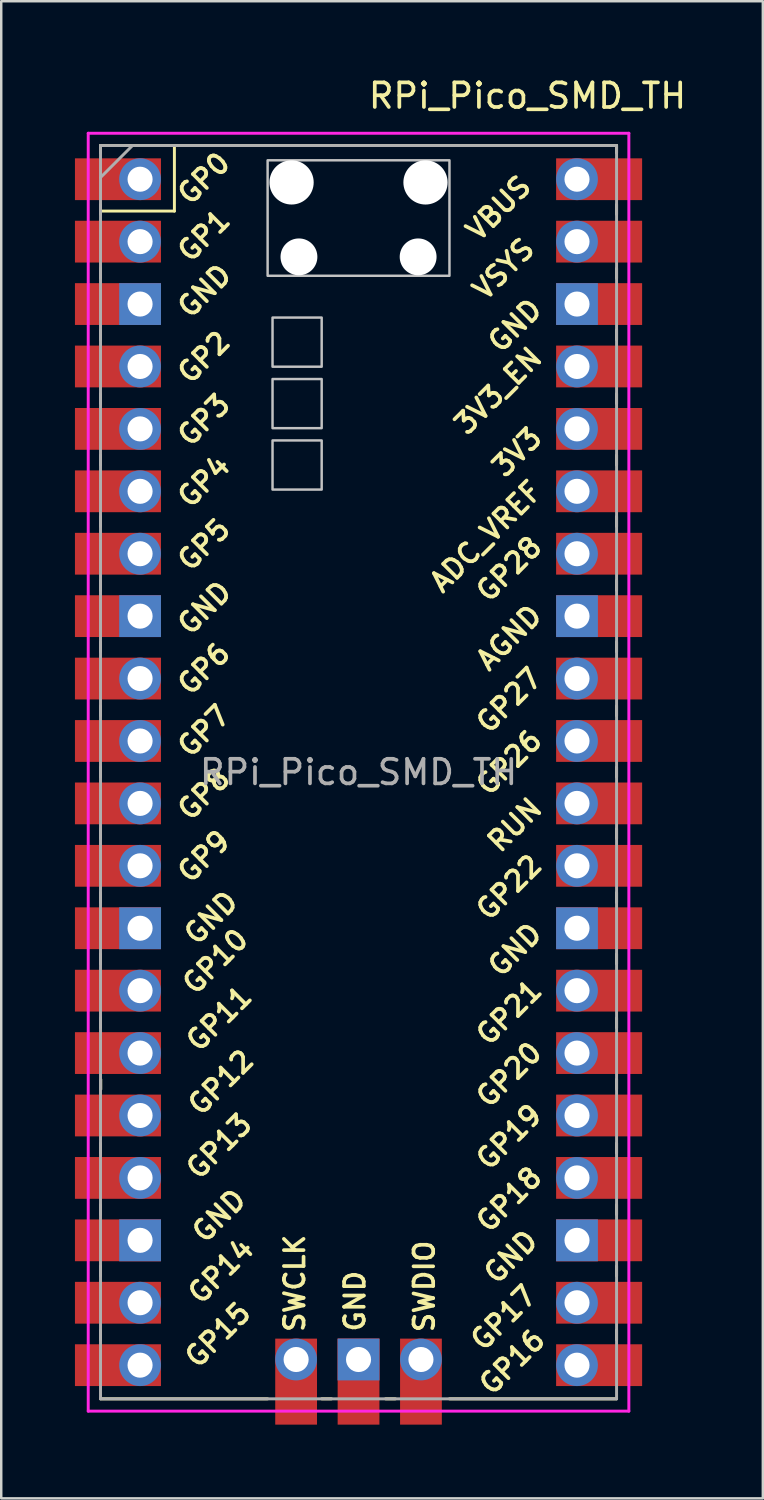
<source format=kicad_pcb>
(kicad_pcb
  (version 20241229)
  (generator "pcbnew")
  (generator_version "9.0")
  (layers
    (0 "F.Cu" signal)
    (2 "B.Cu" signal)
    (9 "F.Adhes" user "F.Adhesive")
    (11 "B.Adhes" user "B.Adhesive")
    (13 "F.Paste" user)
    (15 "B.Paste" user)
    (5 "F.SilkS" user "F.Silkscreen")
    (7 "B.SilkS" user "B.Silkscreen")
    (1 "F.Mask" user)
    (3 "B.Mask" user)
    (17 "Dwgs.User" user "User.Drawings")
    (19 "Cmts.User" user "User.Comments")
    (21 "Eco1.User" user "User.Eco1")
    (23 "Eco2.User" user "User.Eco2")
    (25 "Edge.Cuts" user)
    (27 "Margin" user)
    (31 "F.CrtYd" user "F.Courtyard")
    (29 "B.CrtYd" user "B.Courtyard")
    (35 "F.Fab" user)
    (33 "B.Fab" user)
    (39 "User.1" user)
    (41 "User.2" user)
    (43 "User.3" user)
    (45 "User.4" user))
  (footprint "RPi_Pico_SMD_TH"
    (layer "F.Cu")
    (at 11.565 28.423)
    (property "Reference" "RPi_Pico_SMD_TH" (at 6.85 -27.575 0) (layer "F.SilkS") (effects (font (size 1 1) (thickness 0.15))))
    (attr smd)
    (fp_line (start -10.525 -25.55) (end -10.525 -25.25) (stroke (width 0.12) (type solid)) (layer "F.SilkS"))
    (fp_line (start -10.525 -25.55) (end 10.475 -25.55) (stroke (width 0.12) (type solid)) (layer "F.SilkS"))
    (fp_line (start -10.525 -23.15) (end -10.525 -22.75) (stroke (width 0.12) (type solid)) (layer "F.SilkS"))
    (fp_line (start -10.525 -22.883) (end -7.518 -22.883) (stroke (width 0.12) (type solid)) (layer "F.SilkS"))
    (fp_line (start -10.525 -20.55) (end -10.525 -20.15) (stroke (width 0.12) (type solid)) (layer "F.SilkS"))
    (fp_line (start -10.525 -18.05) (end -10.525 -17.65) (stroke (width 0.12) (type solid)) (layer "F.SilkS"))
    (fp_line (start -10.525 -15.45) (end -10.525 -15.05) (stroke (width 0.12) (type solid)) (layer "F.SilkS"))
    (fp_line (start -10.525 -12.95) (end -10.525 -12.55) (stroke (width 0.12) (type solid)) (layer "F.SilkS"))
    (fp_line (start -10.525 -10.45) (end -10.525 -10.05) (stroke (width 0.12) (type solid)) (layer "F.SilkS"))
    (fp_line (start -10.525 -7.85) (end -10.525 -7.45) (stroke (width 0.12) (type solid)) (layer "F.SilkS"))
    (fp_line (start -10.525 -5.35) (end -10.525 -4.95) (stroke (width 0.12) (type solid)) (layer "F.SilkS"))
    (fp_line (start -10.525 -2.75) (end -10.525 -2.35) (stroke (width 0.12) (type solid)) (layer "F.SilkS"))
    (fp_line (start -10.525 -0.25) (end -10.525 0.15) (stroke (width 0.12) (type solid)) (layer "F.SilkS"))
    (fp_line (start -10.525 2.25) (end -10.525 2.65) (stroke (width 0.12) (type solid)) (layer "F.SilkS"))
    (fp_line (start -10.525 4.85) (end -10.525 5.25) (stroke (width 0.12) (type solid)) (layer "F.SilkS"))
    (fp_line (start -10.525 7.35) (end -10.525 7.75) (stroke (width 0.12) (type solid)) (layer "F.SilkS"))
    (fp_line (start -10.525 9.95) (end -10.525 10.35) (stroke (width 0.12) (type solid)) (layer "F.SilkS"))
    (fp_line (start -10.525 15.05) (end -10.525 15.45) (stroke (width 0.12) (type solid)) (layer "F.SilkS"))
    (fp_line (start -10.525 17.55) (end -10.525 17.95) (stroke (width 0.12) (type solid)) (layer "F.SilkS"))
    (fp_line (start -10.525 20.05) (end -10.525 20.45) (stroke (width 0.12) (type solid)) (layer "F.SilkS"))
    (fp_line (start -10.525 22.65) (end -10.525 23.05) (stroke (width 0.12) (type solid)) (layer "F.SilkS"))
    (fp_line (start -10.515 12.455) (end -10.515 12.855) (stroke (width 0.12) (type solid)) (layer "F.SilkS"))
    (fp_line (start -7.518 -22.883) (end -7.518 -25.55) (stroke (width 0.12) (type solid)) (layer "F.SilkS"))
    (fp_line (start -3.725 25.45) (end -10.525 25.45) (stroke (width 0.12) (type solid)) (layer "F.SilkS"))
    (fp_line (start -1.525 25.45) (end -1.125 25.45) (stroke (width 0.12) (type solid)) (layer "F.SilkS"))
    (fp_line (start 1.075 25.45) (end 1.475 25.45) (stroke (width 0.12) (type solid)) (layer "F.SilkS"))
    (fp_line (start 10.475 -25.55) (end 10.475 -25.25) (stroke (width 0.12) (type solid)) (layer "F.SilkS"))
    (fp_line (start 10.475 -23.15) (end 10.475 -22.75) (stroke (width 0.12) (type solid)) (layer "F.SilkS"))
    (fp_line (start 10.475 -20.55) (end 10.475 -20.15) (stroke (width 0.12) (type solid)) (layer "F.SilkS"))
    (fp_line (start 10.475 -18.05) (end 10.475 -17.65) (stroke (width 0.12) (type solid)) (layer "F.SilkS"))
    (fp_line (start 10.475 -15.45) (end 10.475 -15.05) (stroke (width 0.12) (type solid)) (layer "F.SilkS"))
    (fp_line (start 10.475 -12.95) (end 10.475 -12.55) (stroke (width 0.12) (type solid)) (layer "F.SilkS"))
    (fp_line (start 10.475 -10.45) (end 10.475 -10.05) (stroke (width 0.12) (type solid)) (layer "F.SilkS"))
    (fp_line (start 10.475 -7.85) (end 10.475 -7.45) (stroke (width 0.12) (type solid)) (layer "F.SilkS"))
    (fp_line (start 10.475 -5.35) (end 10.475 -4.95) (stroke (width 0.12) (type solid)) (layer "F.SilkS"))
    (fp_line (start 10.475 -2.75) (end 10.475 -2.35) (stroke (width 0.12) (type solid)) (layer "F.SilkS"))
    (fp_line (start 10.475 -0.25) (end 10.475 0.15) (stroke (width 0.12) (type solid)) (layer "F.SilkS"))
    (fp_line (start 10.475 2.25) (end 10.475 2.65) (stroke (width 0.12) (type solid)) (layer "F.SilkS"))
    (fp_line (start 10.475 4.85) (end 10.475 5.25) (stroke (width 0.12) (type solid)) (layer "F.SilkS"))
    (fp_line (start 10.475 7.35) (end 10.475 7.75) (stroke (width 0.12) (type solid)) (layer "F.SilkS"))
    (fp_line (start 10.475 9.95) (end 10.475 10.35) (stroke (width 0.12) (type solid)) (layer "F.SilkS"))
    (fp_line (start 10.475 12.45) (end 10.475 12.85) (stroke (width 0.12) (type solid)) (layer "F.SilkS"))
    (fp_line (start 10.475 15.05) (end 10.475 15.45) (stroke (width 0.12) (type solid)) (layer "F.SilkS"))
    (fp_line (start 10.475 17.55) (end 10.475 17.95) (stroke (width 0.12) (type solid)) (layer "F.SilkS"))
    (fp_line (start 10.475 20.05) (end 10.475 20.45) (stroke (width 0.12) (type solid)) (layer "F.SilkS"))
    (fp_line (start 10.475 22.65) (end 10.475 23.05) (stroke (width 0.12) (type solid)) (layer "F.SilkS"))
    (fp_line (start 10.475 25.45) (end 3.675 25.45) (stroke (width 0.12) (type solid)) (layer "F.SilkS"))
    (fp_poly (pts (xy -1.525 -16.55) (xy -3.525 -16.55) (xy -3.525 -18.55) (xy -1.525 -18.55)) (stroke (width 0.1) (type solid)) (fill no) (layer "Dwgs.User"))
    (fp_poly (pts (xy -1.525 -14.05) (xy -3.525 -14.05) (xy -3.525 -16.05) (xy -1.525 -16.05)) (stroke (width 0.1) (type solid)) (fill no) (layer "Dwgs.User"))
    (fp_poly (pts (xy -1.525 -11.55) (xy -3.525 -11.55) (xy -3.525 -13.55) (xy -1.525 -13.55)) (stroke (width 0.1) (type solid)) (fill no) (layer "Dwgs.User"))
    (fp_poly (pts (xy 3.675 -20.25) (xy -3.725 -20.25) (xy -3.725 -24.95) (xy 3.675 -24.95)) (stroke (width 0.1) (type solid)) (fill no) (layer "Dwgs.User"))
    (fp_line (start -11.025 -26.05) (end 10.975 -26.05) (stroke (width 0.12) (type solid)) (layer "F.CrtYd"))
    (fp_line (start -11.025 25.95) (end -11.025 -26.05) (stroke (width 0.12) (type solid)) (layer "F.CrtYd"))
    (fp_line (start 10.975 -26.05) (end 10.975 25.95) (stroke (width 0.12) (type solid)) (layer "F.CrtYd"))
    (fp_line (start 10.975 25.95) (end -11.025 25.95) (stroke (width 0.12) (type solid)) (layer "F.CrtYd"))
    (fp_line (start -10.525 -25.55) (end 10.475 -25.55) (stroke (width 0.12) (type solid)) (layer "F.Fab"))
    (fp_line (start -10.525 -24.25) (end -9.225 -25.55) (stroke (width 0.12) (type solid)) (layer "F.Fab"))
    (fp_line (start -10.525 25.45) (end -10.525 -25.55) (stroke (width 0.12) (type solid)) (layer "F.Fab"))
    (fp_line (start 10.475 -25.55) (end 10.475 25.45) (stroke (width 0.12) (type solid)) (layer "F.Fab"))
    (fp_line (start 10.475 25.45) (end -10.525 25.45) (stroke (width 0.12) (type solid)) (layer "F.Fab"))
    (fp_text user "GND" (at -5.7 18 45) (layer "F.SilkS") (effects (font (size 0.8 0.8) (thickness 0.15))))
    (fp_text user "RUN" (at 6.329 2.095 45) (layer "F.SilkS") (effects (font (size 0.8 0.8) (thickness 0.15))))
    (fp_text user "GP14" (at -5.625 20.25 45) (layer "F.SilkS") (effects (font (size 0.8 0.8) (thickness 0.15))))
    (fp_text user "VBUS" (at 5.675 -23 45) (layer "F.SilkS") (effects (font (size 0.8 0.8) (thickness 0.15))))
    (fp_text user "GP13" (at -5.7 15.175 45) (layer "F.SilkS") (effects (font (size 0.8 0.8) (thickness 0.15))))
    (fp_text user "GP7" (at -6.319 -1.73 45) (layer "F.SilkS") (effects (font (size 0.8 0.8) (thickness 0.15))))
    (fp_text user "GP3" (at -6.319 -14.385 45) (layer "F.SilkS") (effects (font (size 0.8 0.8) (thickness 0.15))))
    (fp_text user "GP11" (at -5.7 9.975 45) (layer "F.SilkS") (effects (font (size 0.8 0.8) (thickness 0.15))))
    (fp_text user "GND" (at 6.175 19.675 45) (layer "F.SilkS") (effects (font (size 0.8 0.8) (thickness 0.15))))
    (fp_text user "GP26" (at 6.1 -0.445 45) (layer "F.SilkS") (effects (font (size 0.8 0.8) (thickness 0.15))))
    (fp_text user "GP21" (at 6.1 9.725 45) (layer "F.SilkS") (effects (font (size 0.8 0.8) (thickness 0.15))))
    (fp_text user "GND" (at -6.292 -19.635 45) (layer "F.SilkS") (effects (font (size 0.8 0.8) (thickness 0.15))))
    (fp_text user "GP27" (at 6.1 -2.975 45) (layer "F.SilkS") (effects (font (size 0.8 0.8) (thickness 0.15))))
    (fp_text user "GP20" (at 6.1 12.255 45) (layer "F.SilkS") (effects (font (size 0.8 0.8) (thickness 0.15))))
    (fp_text user "GP4" (at -6.319 -11.885 45) (layer "F.SilkS") (effects (font (size 0.8 0.8) (thickness 0.15))))
    (fp_text user "GP22" (at 6.1 4.635 45) (layer "F.SilkS") (effects (font (size 0.8 0.8) (thickness 0.15))))
    (fp_text user "GP1" (at -6.319 -21.885 45) (layer "F.SilkS") (effects (font (size 0.8 0.8) (thickness 0.15))))
    (fp_text user "GND" (at 6.342 -18.225 45) (layer "F.SilkS") (effects (font (size 0.8 0.8) (thickness 0.15))))
    (fp_text user "AGND" (at 6.1 -5.525 45) (layer "F.SilkS") (effects (font (size 0.8 0.8) (thickness 0.15))))
    (fp_text user "GP15" (at -5.75 22.85 45) (layer "F.SilkS") (effects (font (size 0.8 0.8) (thickness 0.15))))
    (fp_text user "GP5" (at -6.319 -9.31 45) (layer "F.SilkS") (effects (font (size 0.8 0.8) (thickness 0.15))))
    (fp_text user "GP18" (at 6.1 17.335 45) (layer "F.SilkS") (effects (font (size 0.8 0.8) (thickness 0.15))))
    (fp_text user "GP9" (at -6.319 3.38 45) (layer "F.SilkS") (effects (font (size 0.8 0.8) (thickness 0.15))))
    (fp_text user "VSYS" (at 5.875 -20.525 45) (layer "F.SilkS") (effects (font (size 0.8 0.8) (thickness 0.15))))
    (fp_text user "GND" (at -0.175 21.475 90) (layer "F.SilkS") (effects (font (size 0.8 0.8) (thickness 0.15))))
    (fp_text user "3V3" (at 6.423 -13.075 45) (layer "F.SilkS") (effects (font (size 0.8 0.8) (thickness 0.15))))
    (fp_text user "GP0" (at -6.319 -24.215 45) (layer "F.SilkS") (effects (font (size 0.8 0.8) (thickness 0.15))))
    (fp_text user "3V3_EN" (at 5.656 -15.57 45) (layer "F.SilkS") (effects (font (size 0.8 0.8) (thickness 0.15))))
    (fp_text user "GP19" (at 6.1 14.795 45) (layer "F.SilkS") (effects (font (size 0.8 0.8) (thickness 0.15))))
    (fp_text user "GP10" (at -5.85 7.65 45) (layer "F.SilkS") (effects (font (size 0.8 0.8) (thickness 0.15))))
    (fp_text user "GP17" (at 5.875 22.15 45) (layer "F.SilkS") (effects (font (size 0.8 0.8) (thickness 0.15))))
    (fp_text user "GP8" (at -6.319 0.84 45) (layer "F.SilkS") (effects (font (size 0.8 0.8) (thickness 0.15))))
    (fp_text user "GND" (at -6.292 -6.735 45) (layer "F.SilkS") (effects (font (size 0.8 0.8) (thickness 0.15))))
    (fp_text user "GP6" (at -6.319 -4.26 45) (layer "F.SilkS") (effects (font (size 0.8 0.8) (thickness 0.15))))
    (fp_text user "GP12" (at -5.625 12.575 45) (layer "F.SilkS") (effects (font (size 0.8 0.8) (thickness 0.15))))
    (fp_text user "GND" (at -6.025 5.875 45) (layer "F.SilkS") (effects (font (size 0.8 0.8) (thickness 0.15))))
    (fp_text user "SWDIO" (at 2.65 20.875 90) (layer "F.SilkS") (effects (font (size 0.8 0.8) (thickness 0.15))))
    (fp_text user "SWCLK" (at -2.625 20.75 90) (layer "F.SilkS") (effects (font (size 0.8 0.8) (thickness 0.15))))
    (fp_text user "GP28" (at 6.1 -8.319 45) (layer "F.SilkS") (effects (font (size 0.8 0.8) (thickness 0.15))))
    (fp_text user "GP16" (at 6.225 23.95 45) (layer "F.SilkS") (effects (font (size 0.8 0.8) (thickness 0.15))))
    (fp_text user "GP2" (at -6.319 -16.935 45) (layer "F.SilkS") (effects (font (size 0.8 0.8) (thickness 0.15))))
    (fp_text user "ADC_VREF" (at 5.157 -9.645 45) (layer "F.SilkS") (effects (font (size 0.8 0.8) (thickness 0.15))))
    (fp_text user "GND" (at 6.342 7.175 45) (layer "F.SilkS") (effects (font (size 0.8 0.8) (thickness 0.15))))
    (fp_text user "${REFERENCE}" (at -0.025 -0.05 180) (layer "F.Fab") (effects (font (size 1 1) (thickness 0.15))))
    (pad "" np_thru_hole oval (at -2.75 -24.05) (size 1.8 1.8) (drill 1.8) (layers "*.Cu" "*.Mask"))
    (pad "" np_thru_hole oval (at -2.45 -21.02) (size 1.5 1.5) (drill 1.5) (layers "*.Cu" "*.Mask"))
    (pad "" np_thru_hole oval (at 2.4 -21.02) (size 1.5 1.5) (drill 1.5) (layers "*.Cu" "*.Mask"))
    (pad "" np_thru_hole oval (at 2.7 -24.05) (size 1.8 1.8) (drill 1.8) (layers "*.Cu" "*.Mask"))
    (pad "1" thru_hole oval (at -8.915 -24.18) (size 1.7 1.7) (drill 1.02) (layers "*.Cu" "*.Mask"))
    (pad "1" smd rect (at -8.915 -24.18) (size 3.5 1.7) (drill (offset -0.9 0)) (layers "F.Cu" "F.Mask"))
    (pad "2" thru_hole oval (at -8.915 -21.64) (size 1.7 1.7) (drill 1.02) (layers "*.Cu" "*.Mask"))
    (pad "2" smd rect (at -8.915 -21.64) (size 3.5 1.7) (drill (offset -0.9 0)) (layers "F.Cu" "F.Mask"))
    (pad "3" thru_hole rect (at -8.915 -19.1) (size 1.7 1.7) (drill 1.02) (layers "*.Cu" "*.Mask"))
    (pad "3" smd rect (at -8.915 -19.1) (size 3.5 1.7) (drill (offset -0.9 0)) (layers "F.Cu" "F.Mask"))
    (pad "4" thru_hole oval (at -8.915 -16.56) (size 1.7 1.7) (drill 1.02) (layers "*.Cu" "*.Mask"))
    (pad "4" smd rect (at -8.915 -16.56) (size 3.5 1.7) (drill (offset -0.9 0)) (layers "F.Cu" "F.Mask"))
    (pad "5" thru_hole oval (at -8.915 -14.02) (size 1.7 1.7) (drill 1.02) (layers "*.Cu" "*.Mask"))
    (pad "5" smd rect (at -8.915 -14.02) (size 3.5 1.7) (drill (offset -0.9 0)) (layers "F.Cu" "F.Mask"))
    (pad "6" thru_hole oval (at -8.915 -11.48) (size 1.7 1.7) (drill 1.02) (layers "*.Cu" "*.Mask"))
    (pad "6" smd rect (at -8.915 -11.48) (size 3.5 1.7) (drill (offset -0.9 0)) (layers "F.Cu" "F.Mask"))
    (pad "7" thru_hole oval (at -8.915 -8.94) (size 1.7 1.7) (drill 1.02) (layers "*.Cu" "*.Mask"))
    (pad "7" smd rect (at -8.915 -8.94) (size 3.5 1.7) (drill (offset -0.9 0)) (layers "F.Cu" "F.Mask"))
    (pad "8" thru_hole rect (at -8.915 -6.4) (size 1.7 1.7) (drill 1.02) (layers "*.Cu" "*.Mask"))
    (pad "8" smd rect (at -8.915 -6.4) (size 3.5 1.7) (drill (offset -0.9 0)) (layers "F.Cu" "F.Mask"))
    (pad "9" thru_hole oval (at -8.915 -3.86) (size 1.7 1.7) (drill 1.02) (layers "*.Cu" "*.Mask"))
    (pad "9" smd rect (at -8.915 -3.86) (size 3.5 1.7) (drill (offset -0.9 0)) (layers "F.Cu" "F.Mask"))
    (pad "10" thru_hole oval (at -8.915 -1.32) (size 1.7 1.7) (drill 1.02) (layers "*.Cu" "*.Mask"))
    (pad "10" smd rect (at -8.915 -1.32) (size 3.5 1.7) (drill (offset -0.9 0)) (layers "F.Cu" "F.Mask"))
    (pad "11" thru_hole oval (at -8.915 1.22) (size 1.7 1.7) (drill 1.02) (layers "*.Cu" "*.Mask"))
    (pad "11" smd rect (at -8.915 1.22) (size 3.5 1.7) (drill (offset -0.9 0)) (layers "F.Cu" "F.Mask"))
    (pad "12" thru_hole oval (at -8.915 3.76) (size 1.7 1.7) (drill 1.02) (layers "*.Cu" "*.Mask"))
    (pad "12" smd rect (at -8.915 3.76) (size 3.5 1.7) (drill (offset -0.9 0)) (layers "F.Cu" "F.Mask"))
    (pad "13" thru_hole rect (at -8.915 6.3) (size 1.7 1.7) (drill 1.02) (layers "*.Cu" "*.Mask"))
    (pad "13" smd rect (at -8.915 6.3) (size 3.5 1.7) (drill (offset -0.9 0)) (layers "F.Cu" "F.Mask"))
    (pad "14" thru_hole oval (at -8.915 8.84) (size 1.7 1.7) (drill 1.02) (layers "*.Cu" "*.Mask"))
    (pad "14" smd rect (at -8.915 8.84) (size 3.5 1.7) (drill (offset -0.9 0)) (layers "F.Cu" "F.Mask"))
    (pad "15" thru_hole oval (at -8.915 11.38) (size 1.7 1.7) (drill 1.02) (layers "*.Cu" "*.Mask"))
    (pad "15" smd rect (at -8.915 11.38) (size 3.5 1.7) (drill (offset -0.9 0)) (layers "F.Cu" "F.Mask"))
    (pad "16" thru_hole oval (at -8.915 13.92) (size 1.7 1.7) (drill 1.02) (layers "*.Cu" "*.Mask"))
    (pad "16" smd rect (at -8.915 13.92) (size 3.5 1.7) (drill (offset -0.9 0)) (layers "F.Cu" "F.Mask"))
    (pad "17" thru_hole oval (at -8.915 16.46) (size 1.7 1.7) (drill 1.02) (layers "*.Cu" "*.Mask"))
    (pad "17" smd rect (at -8.915 16.46) (size 3.5 1.7) (drill (offset -0.9 0)) (layers "F.Cu" "F.Mask"))
    (pad "18" thru_hole rect (at -8.915 19) (size 1.7 1.7) (drill 1.02) (layers "*.Cu" "*.Mask"))
    (pad "18" smd rect (at -8.915 19) (size 3.5 1.7) (drill (offset -0.9 0)) (layers "F.Cu" "F.Mask"))
    (pad "19" thru_hole oval (at -8.915 21.54) (size 1.7 1.7) (drill 1.02) (layers "*.Cu" "*.Mask"))
    (pad "19" smd rect (at -8.915 21.54) (size 3.5 1.7) (drill (offset -0.9 0)) (layers "F.Cu" "F.Mask"))
    (pad "20" thru_hole oval (at -8.915 24.08) (size 1.7 1.7) (drill 1.02) (layers "*.Cu" "*.Mask"))
    (pad "20" smd rect (at -8.915 24.08) (size 3.5 1.7) (drill (offset -0.9 0)) (layers "F.Cu" "F.Mask"))
    (pad "21" thru_hole oval (at 8.865 24.08) (size 1.7 1.7) (drill 1.02) (layers "*.Cu" "*.Mask"))
    (pad "21" smd rect (at 8.865 24.08) (size 3.5 1.7) (drill (offset 0.9 0)) (layers "F.Cu" "F.Mask"))
    (pad "22" thru_hole oval (at 8.865 21.54) (size 1.7 1.7) (drill 1.02) (layers "*.Cu" "*.Mask"))
    (pad "22" smd rect (at 8.865 21.54) (size 3.5 1.7) (drill (offset 0.9 0)) (layers "F.Cu" "F.Mask"))
    (pad "23" thru_hole rect (at 8.865 19) (size 1.7 1.7) (drill 1.02) (layers "*.Cu" "*.Mask"))
    (pad "23" smd rect (at 8.865 19) (size 3.5 1.7) (drill (offset 0.9 0)) (layers "F.Cu" "F.Mask"))
    (pad "24" thru_hole oval (at 8.865 16.46) (size 1.7 1.7) (drill 1.02) (layers "*.Cu" "*.Mask"))
    (pad "24" smd rect (at 8.865 16.46) (size 3.5 1.7) (drill (offset 0.9 0)) (layers "F.Cu" "F.Mask"))
    (pad "25" thru_hole oval (at 8.865 13.92) (size 1.7 1.7) (drill 1.02) (layers "*.Cu" "*.Mask"))
    (pad "25" smd rect (at 8.865 13.92) (size 3.5 1.7) (drill (offset 0.9 0)) (layers "F.Cu" "F.Mask"))
    (pad "26" thru_hole oval (at 8.865 11.38) (size 1.7 1.7) (drill 1.02) (layers "*.Cu" "*.Mask"))
    (pad "26" smd rect (at 8.865 11.38) (size 3.5 1.7) (drill (offset 0.9 0)) (layers "F.Cu" "F.Mask"))
    (pad "27" thru_hole oval (at 8.865 8.84) (size 1.7 1.7) (drill 1.02) (layers "*.Cu" "*.Mask"))
    (pad "27" smd rect (at 8.865 8.84) (size 3.5 1.7) (drill (offset 0.9 0)) (layers "F.Cu" "F.Mask"))
    (pad "28" thru_hole rect (at 8.865 6.3) (size 1.7 1.7) (drill 1.02) (layers "*.Cu" "*.Mask"))
    (pad "28" smd rect (at 8.865 6.3) (size 3.5 1.7) (drill (offset 0.9 0)) (layers "F.Cu" "F.Mask"))
    (pad "29" thru_hole oval (at 8.865 3.76) (size 1.7 1.7) (drill 1.02) (layers "*.Cu" "*.Mask"))
    (pad "29" smd rect (at 8.865 3.76) (size 3.5 1.7) (drill (offset 0.9 0)) (layers "F.Cu" "F.Mask"))
    (pad "30" thru_hole oval (at 8.865 1.22) (size 1.7 1.7) (drill 1.02) (layers "*.Cu" "*.Mask"))
    (pad "30" smd rect (at 8.865 1.22) (size 3.5 1.7) (drill (offset 0.9 0)) (layers "F.Cu" "F.Mask"))
    (pad "31" thru_hole oval (at 8.865 -1.32) (size 1.7 1.7) (drill 1.02) (layers "*.Cu" "*.Mask"))
    (pad "31" smd rect (at 8.865 -1.32) (size 3.5 1.7) (drill (offset 0.9 0)) (layers "F.Cu" "F.Mask"))
    (pad "32" thru_hole oval (at 8.865 -3.86) (size 1.7 1.7) (drill 1.02) (layers "*.Cu" "*.Mask"))
    (pad "32" smd rect (at 8.865 -3.86) (size 3.5 1.7) (drill (offset 0.9 0)) (layers "F.Cu" "F.Mask"))
    (pad "33" thru_hole rect (at 8.865 -6.4) (size 1.7 1.7) (drill 1.02) (layers "*.Cu" "*.Mask"))
    (pad "33" smd rect (at 8.865 -6.4) (size 3.5 1.7) (drill (offset 0.9 0)) (layers "F.Cu" "F.Mask"))
    (pad "34" thru_hole oval (at 8.865 -8.94) (size 1.7 1.7) (drill 1.02) (layers "*.Cu" "*.Mask"))
    (pad "34" smd rect (at 8.865 -8.94) (size 3.5 1.7) (drill (offset 0.9 0)) (layers "F.Cu" "F.Mask"))
    (pad "35" thru_hole oval (at 8.865 -11.48) (size 1.7 1.7) (drill 1.02) (layers "*.Cu" "*.Mask"))
    (pad "35" smd rect (at 8.865 -11.48) (size 3.5 1.7) (drill (offset 0.9 0)) (layers "F.Cu" "F.Mask"))
    (pad "36" thru_hole oval (at 8.865 -14.02) (size 1.7 1.7) (drill 1.02) (layers "*.Cu" "*.Mask"))
    (pad "36" smd rect (at 8.865 -14.02) (size 3.5 1.7) (drill (offset 0.9 0)) (layers "F.Cu" "F.Mask"))
    (pad "37" thru_hole oval (at 8.865 -16.56) (size 1.7 1.7) (drill 1.02) (layers "*.Cu" "*.Mask"))
    (pad "37" smd rect (at 8.865 -16.56) (size 3.5 1.7) (drill (offset 0.9 0)) (layers "F.Cu" "F.Mask"))
    (pad "38" thru_hole rect (at 8.865 -19.1) (size 1.7 1.7) (drill 1.02) (layers "*.Cu" "*.Mask"))
    (pad "38" smd rect (at 8.865 -19.1) (size 3.5 1.7) (drill (offset 0.9 0)) (layers "F.Cu" "F.Mask"))
    (pad "39" thru_hole oval (at 8.865 -21.64) (size 1.7 1.7) (drill 1.02) (layers "*.Cu" "*.Mask"))
    (pad "39" smd rect (at 8.865 -21.64) (size 3.5 1.7) (drill (offset 0.9 0)) (layers "F.Cu" "F.Mask"))
    (pad "40" thru_hole oval (at 8.865 -24.18) (size 1.7 1.7) (drill 1.02) (layers "*.Cu" "*.Mask"))
    (pad "40" smd rect (at 8.865 -24.18) (size 3.5 1.7) (drill (offset 0.9 0)) (layers "F.Cu" "F.Mask"))
    (pad "41" thru_hole oval (at -2.565 23.85) (size 1.7 1.7) (drill 1.02) (layers "*.Cu" "*.Mask"))
    (pad "41" smd rect (at -2.565 23.85 90) (size 3.5 1.7) (drill (offset -0.9 0)) (layers "F.Cu" "F.Mask"))
    (pad "42" thru_hole rect (at -0.025 23.85) (size 1.7 1.7) (drill 1.02) (layers "*.Cu" "*.Mask"))
    (pad "42" smd rect (at -0.025 23.85 90) (size 3.5 1.7) (drill (offset -0.9 0)) (layers "F.Cu" "F.Mask"))
    (pad "43" thru_hole oval (at 2.515 23.85) (size 1.7 1.7) (drill 1.02) (layers "*.Cu" "*.Mask"))
    (pad "43" smd rect (at 2.515 23.85 90) (size 3.5 1.7) (drill (offset -0.9 0)) (layers "F.Cu" "F.Mask")))
  (gr_rect
    (start -3 -3)
    (end 27.992 57.923)
    (stroke (width 0.1) (type default))
    (fill no)
    (layer "Edge.Cuts")))
</source>
